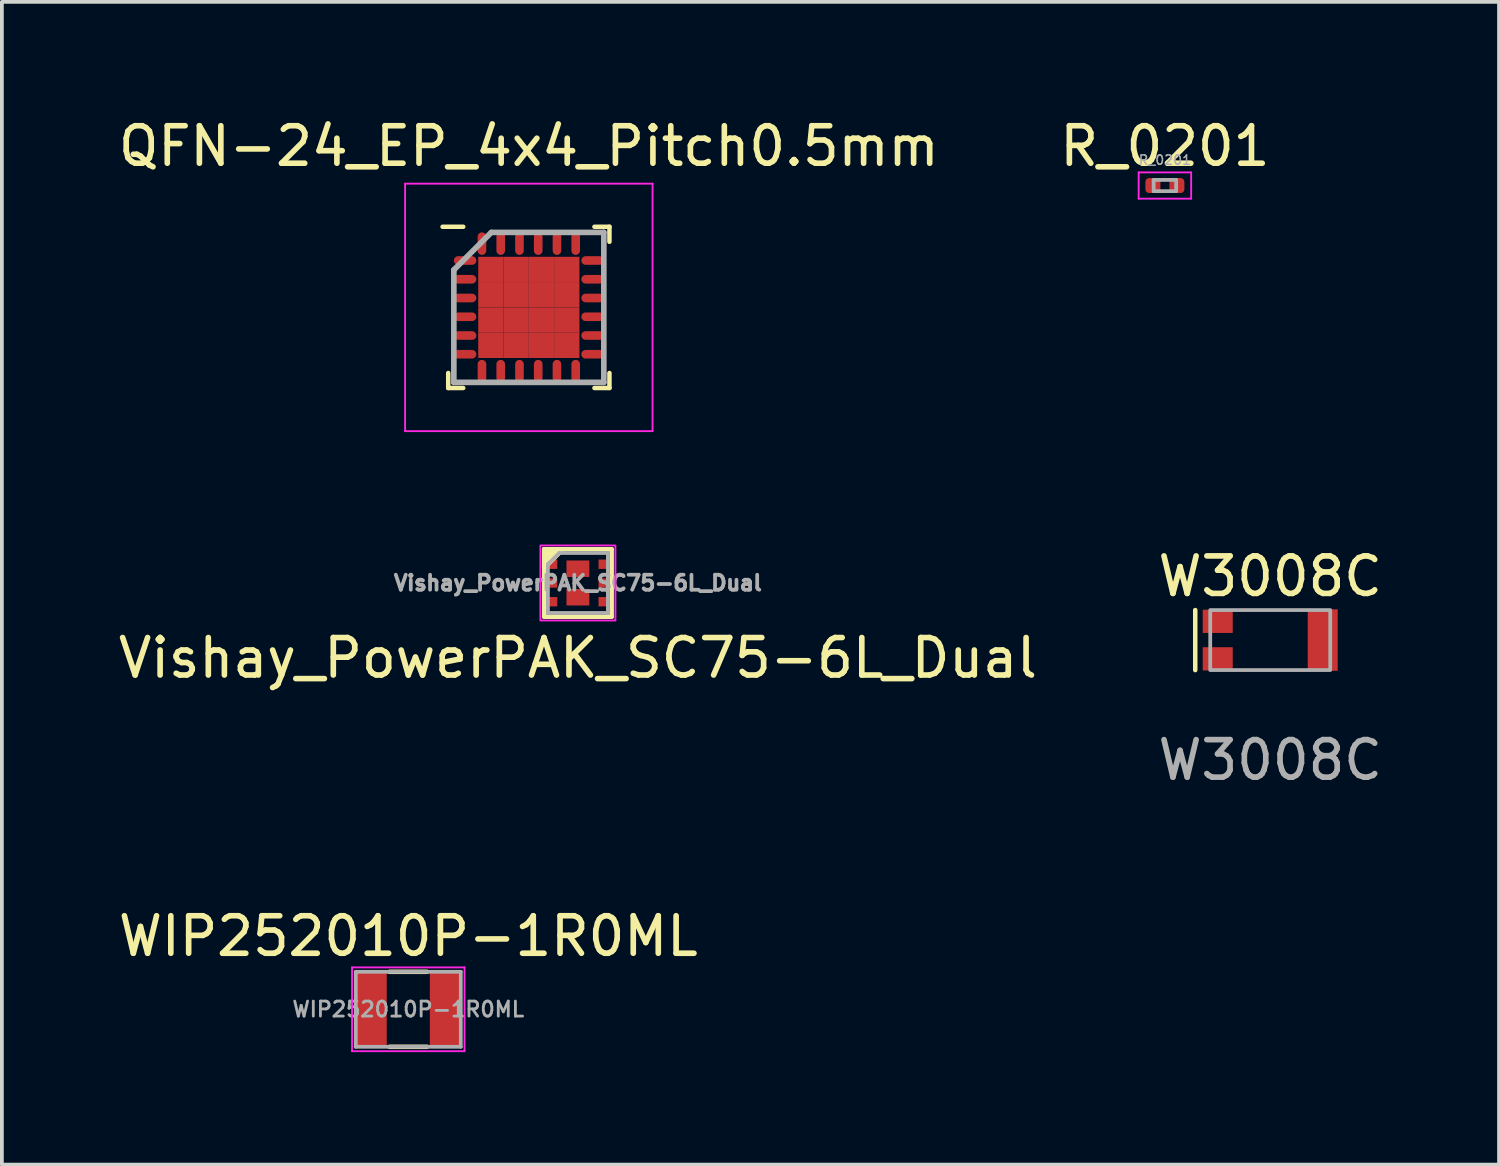
<source format=kicad_pcb>
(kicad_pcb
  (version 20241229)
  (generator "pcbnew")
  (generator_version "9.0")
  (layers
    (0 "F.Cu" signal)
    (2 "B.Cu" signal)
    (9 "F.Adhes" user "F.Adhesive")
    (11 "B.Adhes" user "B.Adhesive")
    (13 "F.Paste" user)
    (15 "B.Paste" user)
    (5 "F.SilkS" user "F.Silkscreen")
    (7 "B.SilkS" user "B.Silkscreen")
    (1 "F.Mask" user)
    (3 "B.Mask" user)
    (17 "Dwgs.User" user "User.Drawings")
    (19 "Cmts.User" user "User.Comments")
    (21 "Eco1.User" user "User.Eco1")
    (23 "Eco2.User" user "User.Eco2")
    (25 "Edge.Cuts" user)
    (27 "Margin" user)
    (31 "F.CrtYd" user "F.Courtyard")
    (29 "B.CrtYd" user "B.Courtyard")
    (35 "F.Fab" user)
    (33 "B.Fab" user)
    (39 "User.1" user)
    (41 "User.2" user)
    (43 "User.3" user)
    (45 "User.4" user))
  (footprint "R_0201"
    (layer "F.Cu")
    (at 28.018 1.898)
    (property "Reference" "R_0201" (at 0 -1.05 0) (layer "F.SilkS") (effects (font (size 1 1) (thickness 0.15))))
    (attr smd)
    (fp_line (start -0.7 -0.35) (end 0.7 -0.35) (stroke (width 0.05) (type solid)) (layer "F.CrtYd"))
    (fp_line (start -0.7 0.35) (end -0.7 -0.35) (stroke (width 0.05) (type solid)) (layer "F.CrtYd"))
    (fp_line (start 0.7 -0.35) (end 0.7 0.35) (stroke (width 0.05) (type solid)) (layer "F.CrtYd"))
    (fp_line (start 0.7 0.35) (end -0.7 0.35) (stroke (width 0.05) (type solid)) (layer "F.CrtYd"))
    (fp_line (start -0.3 -0.15) (end 0.3 -0.15) (stroke (width 0.1) (type solid)) (layer "F.Fab"))
    (fp_line (start -0.3 0.15) (end -0.3 -0.15) (stroke (width 0.1) (type solid)) (layer "F.Fab"))
    (fp_line (start 0.3 -0.15) (end 0.3 0.15) (stroke (width 0.1) (type solid)) (layer "F.Fab"))
    (fp_line (start 0.3 0.15) (end -0.3 0.15) (stroke (width 0.1) (type solid)) (layer "F.Fab"))
    (fp_text user "${REFERENCE}" (at 0 -0.68 0) (layer "F.Fab") (effects (font (size 0.25 0.25) (thickness 0.04))))
    (pad "" smd roundrect (at -0.32 0) (size 0.34 0.36) (layers "F.Paste") (roundrect_rratio 0.25))
    (pad "" smd roundrect (at 0.325 0) (size 0.35 0.36) (layers "F.Paste") (roundrect_rratio 0.25))
    (pad "1" smd roundrect (at -0.32 0) (size 0.4 0.4) (layers "F.Cu" "F.Mask") (roundrect_rratio 0.25))
    (pad "2" smd roundrect (at 0.32 0) (size 0.4 0.4) (layers "F.Cu" "F.Mask") (roundrect_rratio 0.25)))
  (footprint "WIP252010P-1R0ML"
    (layer "F.Cu")
    (at 7.839 23.868)
    (property "Reference" "WIP252010P-1R0ML" (at 0 -1.95 0) (layer "F.SilkS") (effects (font (size 1 1) (thickness 0.15))))
    (attr smd)
    (fp_line (start -0.5 -1) (end 0.5 -1) (stroke (width 0.12) (type solid)) (layer "F.SilkS"))
    (fp_line (start -0.5 1) (end 0.5 1) (stroke (width 0.12) (type solid)) (layer "F.SilkS"))
    (fp_line (start -1.5 -1.118) (end -1.5 1.118) (stroke (width 0.05) (type solid)) (layer "F.CrtYd"))
    (fp_line (start -1.5 1.118) (end 1.5 1.118) (stroke (width 0.05) (type solid)) (layer "F.CrtYd"))
    (fp_line (start 1.5 -1.118) (end -1.5 -1.118) (stroke (width 0.05) (type solid)) (layer "F.CrtYd"))
    (fp_line (start 1.5 1.118) (end 1.5 -1.118) (stroke (width 0.05) (type solid)) (layer "F.CrtYd"))
    (fp_line (start -1.4 -1) (end -1.4 1) (stroke (width 0.1) (type solid)) (layer "F.Fab"))
    (fp_line (start -1.4 1) (end 1.4 1) (stroke (width 0.1) (type solid)) (layer "F.Fab"))
    (fp_line (start 1.4 -1) (end -1.4 -1) (stroke (width 0.1) (type solid)) (layer "F.Fab"))
    (fp_line (start 1.4 1) (end 1.4 -1) (stroke (width 0.1) (type solid)) (layer "F.Fab"))
    (fp_text user "${REFERENCE}" (at 0 0 0) (layer "F.Fab") (effects (font (size 0.4 0.4) (thickness 0.075))))
    (pad "1" smd rect (at -1 0) (size 0.85 2) (layers "F.Cu" "F.Mask" "F.Paste"))
    (pad "2" smd rect (at 1 0) (size 0.85 2) (layers "F.Cu" "F.Mask" "F.Paste")))
  (footprint "W3008C"
    (layer "F.Cu")
    (at 30.827 14.021)
    (property "Reference" "W3008C" (at 0 -1.7 0) (unlocked yes) (layer "F.SilkS") (effects (font (size 1 1) (thickness 0.15))))
    (attr smd)
    (fp_line (start -2 -0.8) (end -2 0.8) (stroke (width 0.12) (type solid)) (layer "F.SilkS"))
    (fp_rect (start -1.6 -0.8) (end 1.6 0.8) (stroke (width 0.1) (type solid)) (fill no) (layer "F.Fab"))
    (fp_text user "${REFERENCE}" (at 0 3.2 0) (unlocked yes) (layer "F.Fab") (effects (font (size 1 1) (thickness 0.15))))
    (pad "1" smd rect (at -1.4 0.5) (size 0.8 0.62) (layers "F.Cu" "F.Mask" "F.Paste"))
    (pad "2" smd rect (at -1.4 -0.5) (size 0.8 0.62) (layers "F.Cu" "F.Mask" "F.Paste"))
    (pad "3" smd rect (at 1.4 0) (size 0.8 1.64) (layers "F.Cu" "F.Mask" "F.Paste")))
  (footprint "Vishay_PowerPAK_SC75-6L_Dual"
    (layer "F.Cu")
    (at 12.363 12.498)
    (property "Reference" "Vishay_PowerPAK_SC75-6L_Dual" (at 0 2 0) (layer "F.SilkS") (effects (font (size 1 1) (thickness 0.15))))
    (attr smd)
    (fp_line (start -0.9 -0.9) (end -0.9 0.9) (stroke (width 0.12) (type solid)) (layer "F.SilkS"))
    (fp_line (start -0.9 -0.9) (end 0.9 -0.9) (stroke (width 0.12) (type solid)) (layer "F.SilkS"))
    (fp_line (start 0.9 -0.9) (end 0.9 0.9) (stroke (width 0.12) (type solid)) (layer "F.SilkS"))
    (fp_line (start 0.9 0.9) (end -0.9 0.9) (stroke (width 0.12) (type solid)) (layer "F.SilkS"))
    (fp_poly (pts (xy -0.4 -0.9) (xy -0.9 -0.4) (xy -0.9 -0.9)) (stroke (width 0.12) (type solid)) (fill yes) (layer "F.SilkS"))
    (fp_rect (start -1 -1) (end 1 1) (stroke (width 0.05) (type solid)) (fill no) (layer "F.CrtYd"))
    (fp_line (start -0.8 -0.5) (end -0.5 -0.8) (stroke (width 0.1) (type solid)) (layer "F.Fab"))
    (fp_line (start -0.8 0.8) (end -0.8 -0.5) (stroke (width 0.1) (type solid)) (layer "F.Fab"))
    (fp_line (start -0.5 -0.8) (end 0.8 -0.8) (stroke (width 0.1) (type solid)) (layer "F.Fab"))
    (fp_line (start 0.8 -0.8) (end 0.8 0.8) (stroke (width 0.1) (type solid)) (layer "F.Fab"))
    (fp_line (start 0.8 0.8) (end -0.8 0.8) (stroke (width 0.1) (type solid)) (layer "F.Fab"))
    (fp_text user "${REFERENCE}" (at 0 0 0) (layer "F.Fab") (effects (font (size 0.4 0.4) (thickness 0.1))))
    (pad "1" smd rect (at -0.675 -0.5) (size 0.25 0.25) (layers "F.Cu" "F.Mask" "F.Paste"))
    (pad "2" smd rect (at -0.675 0) (size 0.25 0.25) (layers "F.Cu" "F.Mask" "F.Paste"))
    (pad "3" smd rect (at -0.675 0.5) (size 0.25 0.25) (layers "F.Cu" "F.Mask" "F.Paste"))
    (pad "3" smd rect (at 0 0.38) (size 0.61 0.44) (layers "F.Cu" "F.Mask" "F.Paste"))
    (pad "4" smd rect (at 0.675 0.5) (size 0.25 0.25) (layers "F.Cu" "F.Mask" "F.Paste"))
    (pad "5" smd rect (at 0.675 0) (size 0.25 0.25) (layers "F.Cu" "F.Mask" "F.Paste"))
    (pad "6" smd rect (at 0 -0.38) (size 0.61 0.44) (layers "F.Cu" "F.Mask" "F.Paste"))
    (pad "6" smd rect (at 0.675 -0.5) (size 0.25 0.25) (layers "F.Cu" "F.Mask" "F.Paste")))
  (footprint "QFN-24_EP_4x4_Pitch0.5mm"
    (layer "F.Cu")
    (at 11.054 5.148)
    (property "Reference" "QFN-24_EP_4x4_Pitch0.5mm" (at 0 -4.3 0) (layer "F.SilkS") (effects (font (size 1 1) (thickness 0.15))))
    (attr through_hole)
    (fp_line (start -2.15 2.15) (end -2.15 1.75) (stroke (width 0.12) (type solid)) (layer "F.SilkS"))
    (fp_line (start -1.75 -2.15) (end -2.3 -2.15) (stroke (width 0.12) (type solid)) (layer "F.SilkS"))
    (fp_line (start -1.75 2.15) (end -2.15 2.15) (stroke (width 0.12) (type solid)) (layer "F.SilkS"))
    (fp_line (start 1.75 -2.15) (end 2.15 -2.15) (stroke (width 0.12) (type solid)) (layer "F.SilkS"))
    (fp_line (start 1.75 2.15) (end 2.15 2.15) (stroke (width 0.12) (type solid)) (layer "F.SilkS"))
    (fp_line (start 2.15 -2.15) (end 2.15 -1.75) (stroke (width 0.12) (type solid)) (layer "F.SilkS"))
    (fp_line (start 2.15 2.15) (end 2.15 1.75) (stroke (width 0.12) (type solid)) (layer "F.SilkS"))
    (fp_line (start -3.3 -3.3) (end 3.3 -3.3) (stroke (width 0.05) (type solid)) (layer "F.CrtYd"))
    (fp_line (start -3.3 3.3) (end -3.3 -3.3) (stroke (width 0.05) (type solid)) (layer "F.CrtYd"))
    (fp_line (start 3.3 -3.3) (end 3.3 3.3) (stroke (width 0.05) (type solid)) (layer "F.CrtYd"))
    (fp_line (start 3.3 3.3) (end -3.3 3.3) (stroke (width 0.05) (type solid)) (layer "F.CrtYd"))
    (fp_line (start -2 -1) (end -2 2) (stroke (width 0.15) (type solid)) (layer "F.Fab"))
    (fp_line (start -2 2) (end 2 2) (stroke (width 0.15) (type solid)) (layer "F.Fab"))
    (fp_line (start -1 -2) (end -2 -1) (stroke (width 0.15) (type solid)) (layer "F.Fab"))
    (fp_line (start 2 -2) (end -1 -2) (stroke (width 0.15) (type solid)) (layer "F.Fab"))
    (fp_line (start 2 2) (end 2 -2) (stroke (width 0.15) (type solid)) (layer "F.Fab"))
    (pad "1" smd oval (at -1.7 -1.25 90) (size 0.23 0.6) (layers "F.Cu" "F.Mask" "F.Paste"))
    (pad "2" smd oval (at -1.7 -0.75 90) (size 0.23 0.6) (layers "F.Cu" "F.Mask" "F.Paste"))
    (pad "3" smd oval (at -1.7 -0.25 90) (size 0.23 0.6) (layers "F.Cu" "F.Mask" "F.Paste"))
    (pad "4" smd oval (at -1.7 0.25 90) (size 0.23 0.6) (layers "F.Cu" "F.Mask" "F.Paste"))
    (pad "5" smd oval (at -1.7 0.75 90) (size 0.23 0.6) (layers "F.Cu" "F.Mask" "F.Paste"))
    (pad "6" smd oval (at -1.7 1.25 90) (size 0.23 0.6) (layers "F.Cu" "F.Mask" "F.Paste"))
    (pad "7" smd oval (at -1.25 1.7) (size 0.23 0.6) (layers "F.Cu" "F.Mask" "F.Paste"))
    (pad "8" smd oval (at -0.75 1.7) (size 0.23 0.6) (layers "F.Cu" "F.Mask" "F.Paste"))
    (pad "9" smd oval (at -0.25 1.7) (size 0.23 0.6) (layers "F.Cu" "F.Mask" "F.Paste"))
    (pad "10" smd oval (at 0.25 1.7) (size 0.23 0.6) (layers "F.Cu" "F.Mask" "F.Paste"))
    (pad "11" smd oval (at 0.75 1.7) (size 0.23 0.6) (layers "F.Cu" "F.Mask" "F.Paste"))
    (pad "12" smd oval (at 1.25 1.7) (size 0.23 0.6) (layers "F.Cu" "F.Mask" "F.Paste"))
    (pad "13" smd oval (at 1.7 1.25 90) (size 0.23 0.6) (layers "F.Cu" "F.Mask" "F.Paste"))
    (pad "14" smd oval (at 1.7 0.75 90) (size 0.23 0.6) (layers "F.Cu" "F.Mask" "F.Paste"))
    (pad "15" smd oval (at 1.7 0.25 90) (size 0.23 0.6) (layers "F.Cu" "F.Mask" "F.Paste"))
    (pad "16" smd oval (at 1.7 -0.25 90) (size 0.23 0.6) (layers "F.Cu" "F.Mask" "F.Paste"))
    (pad "17" smd oval (at 1.7 -0.75 90) (size 0.23 0.6) (layers "F.Cu" "F.Mask" "F.Paste"))
    (pad "18" smd oval (at 1.7 -1.25 90) (size 0.23 0.6) (layers "F.Cu" "F.Mask" "F.Paste"))
    (pad "19" smd oval (at 1.25 -1.7) (size 0.23 0.6) (layers "F.Cu" "F.Mask" "F.Paste"))
    (pad "20" smd oval (at 0.75 -1.7) (size 0.23 0.6) (layers "F.Cu" "F.Mask" "F.Paste"))
    (pad "21" smd oval (at 0.25 -1.7) (size 0.23 0.6) (layers "F.Cu" "F.Mask" "F.Paste"))
    (pad "22" smd oval (at -0.25 -1.7) (size 0.23 0.6) (layers "F.Cu" "F.Mask" "F.Paste"))
    (pad "23" smd oval (at -0.75 -1.7) (size 0.23 0.6) (layers "F.Cu" "F.Mask" "F.Paste"))
    (pad "24" smd oval (at -1.25 -1.7) (size 0.23 0.6) (layers "F.Cu" "F.Mask" "F.Paste"))
    (pad "25" smd rect (at -1.012 -1.012) (size 0.675 0.675) (layers "F.Cu" "F.Mask" "F.Paste"))
    (pad "25" smd rect (at -1.012 -0.338) (size 0.675 0.675) (layers "F.Cu" "F.Mask" "F.Paste"))
    (pad "25" smd rect (at -1.012 0.338) (size 0.675 0.675) (layers "F.Cu" "F.Mask" "F.Paste"))
    (pad "25" smd rect (at -1.012 1.012) (size 0.675 0.675) (layers "F.Cu" "F.Mask" "F.Paste"))
    (pad "25" smd rect (at -0.338 -1.012) (size 0.675 0.675) (layers "F.Cu" "F.Mask" "F.Paste"))
    (pad "25" smd rect (at -0.338 -0.338) (size 0.675 0.675) (layers "F.Cu" "F.Mask" "F.Paste"))
    (pad "25" smd rect (at -0.338 0.338) (size 0.675 0.675) (layers "F.Cu" "F.Mask" "F.Paste"))
    (pad "25" smd rect (at -0.338 1.012) (size 0.675 0.675) (layers "F.Cu" "F.Mask" "F.Paste"))
    (pad "25" smd rect (at 0.338 -1.012) (size 0.675 0.675) (layers "F.Cu" "F.Mask" "F.Paste"))
    (pad "25" smd rect (at 0.338 -0.338) (size 0.675 0.675) (layers "F.Cu" "F.Mask" "F.Paste"))
    (pad "25" smd rect (at 0.338 0.338) (size 0.675 0.675) (layers "F.Cu" "F.Mask" "F.Paste"))
    (pad "25" smd rect (at 0.338 1.012) (size 0.675 0.675) (layers "F.Cu" "F.Mask" "F.Paste"))
    (pad "25" smd rect (at 1.012 -1.012) (size 0.675 0.675) (layers "F.Cu" "F.Mask" "F.Paste"))
    (pad "25" smd rect (at 1.012 -0.338) (size 0.675 0.675) (layers "F.Cu" "F.Mask" "F.Paste"))
    (pad "25" smd rect (at 1.012 0.338) (size 0.675 0.675) (layers "F.Cu" "F.Mask" "F.Paste"))
    (pad "25" smd rect (at 1.012 1.012) (size 0.675 0.675) (layers "F.Cu" "F.Mask" "F.Paste")))
  (gr_rect
    (start -3 -3)
    (end 36.929 28.011)
    (stroke (width 0.1) (type default))
    (fill no)
    (layer "Edge.Cuts")))
</source>
